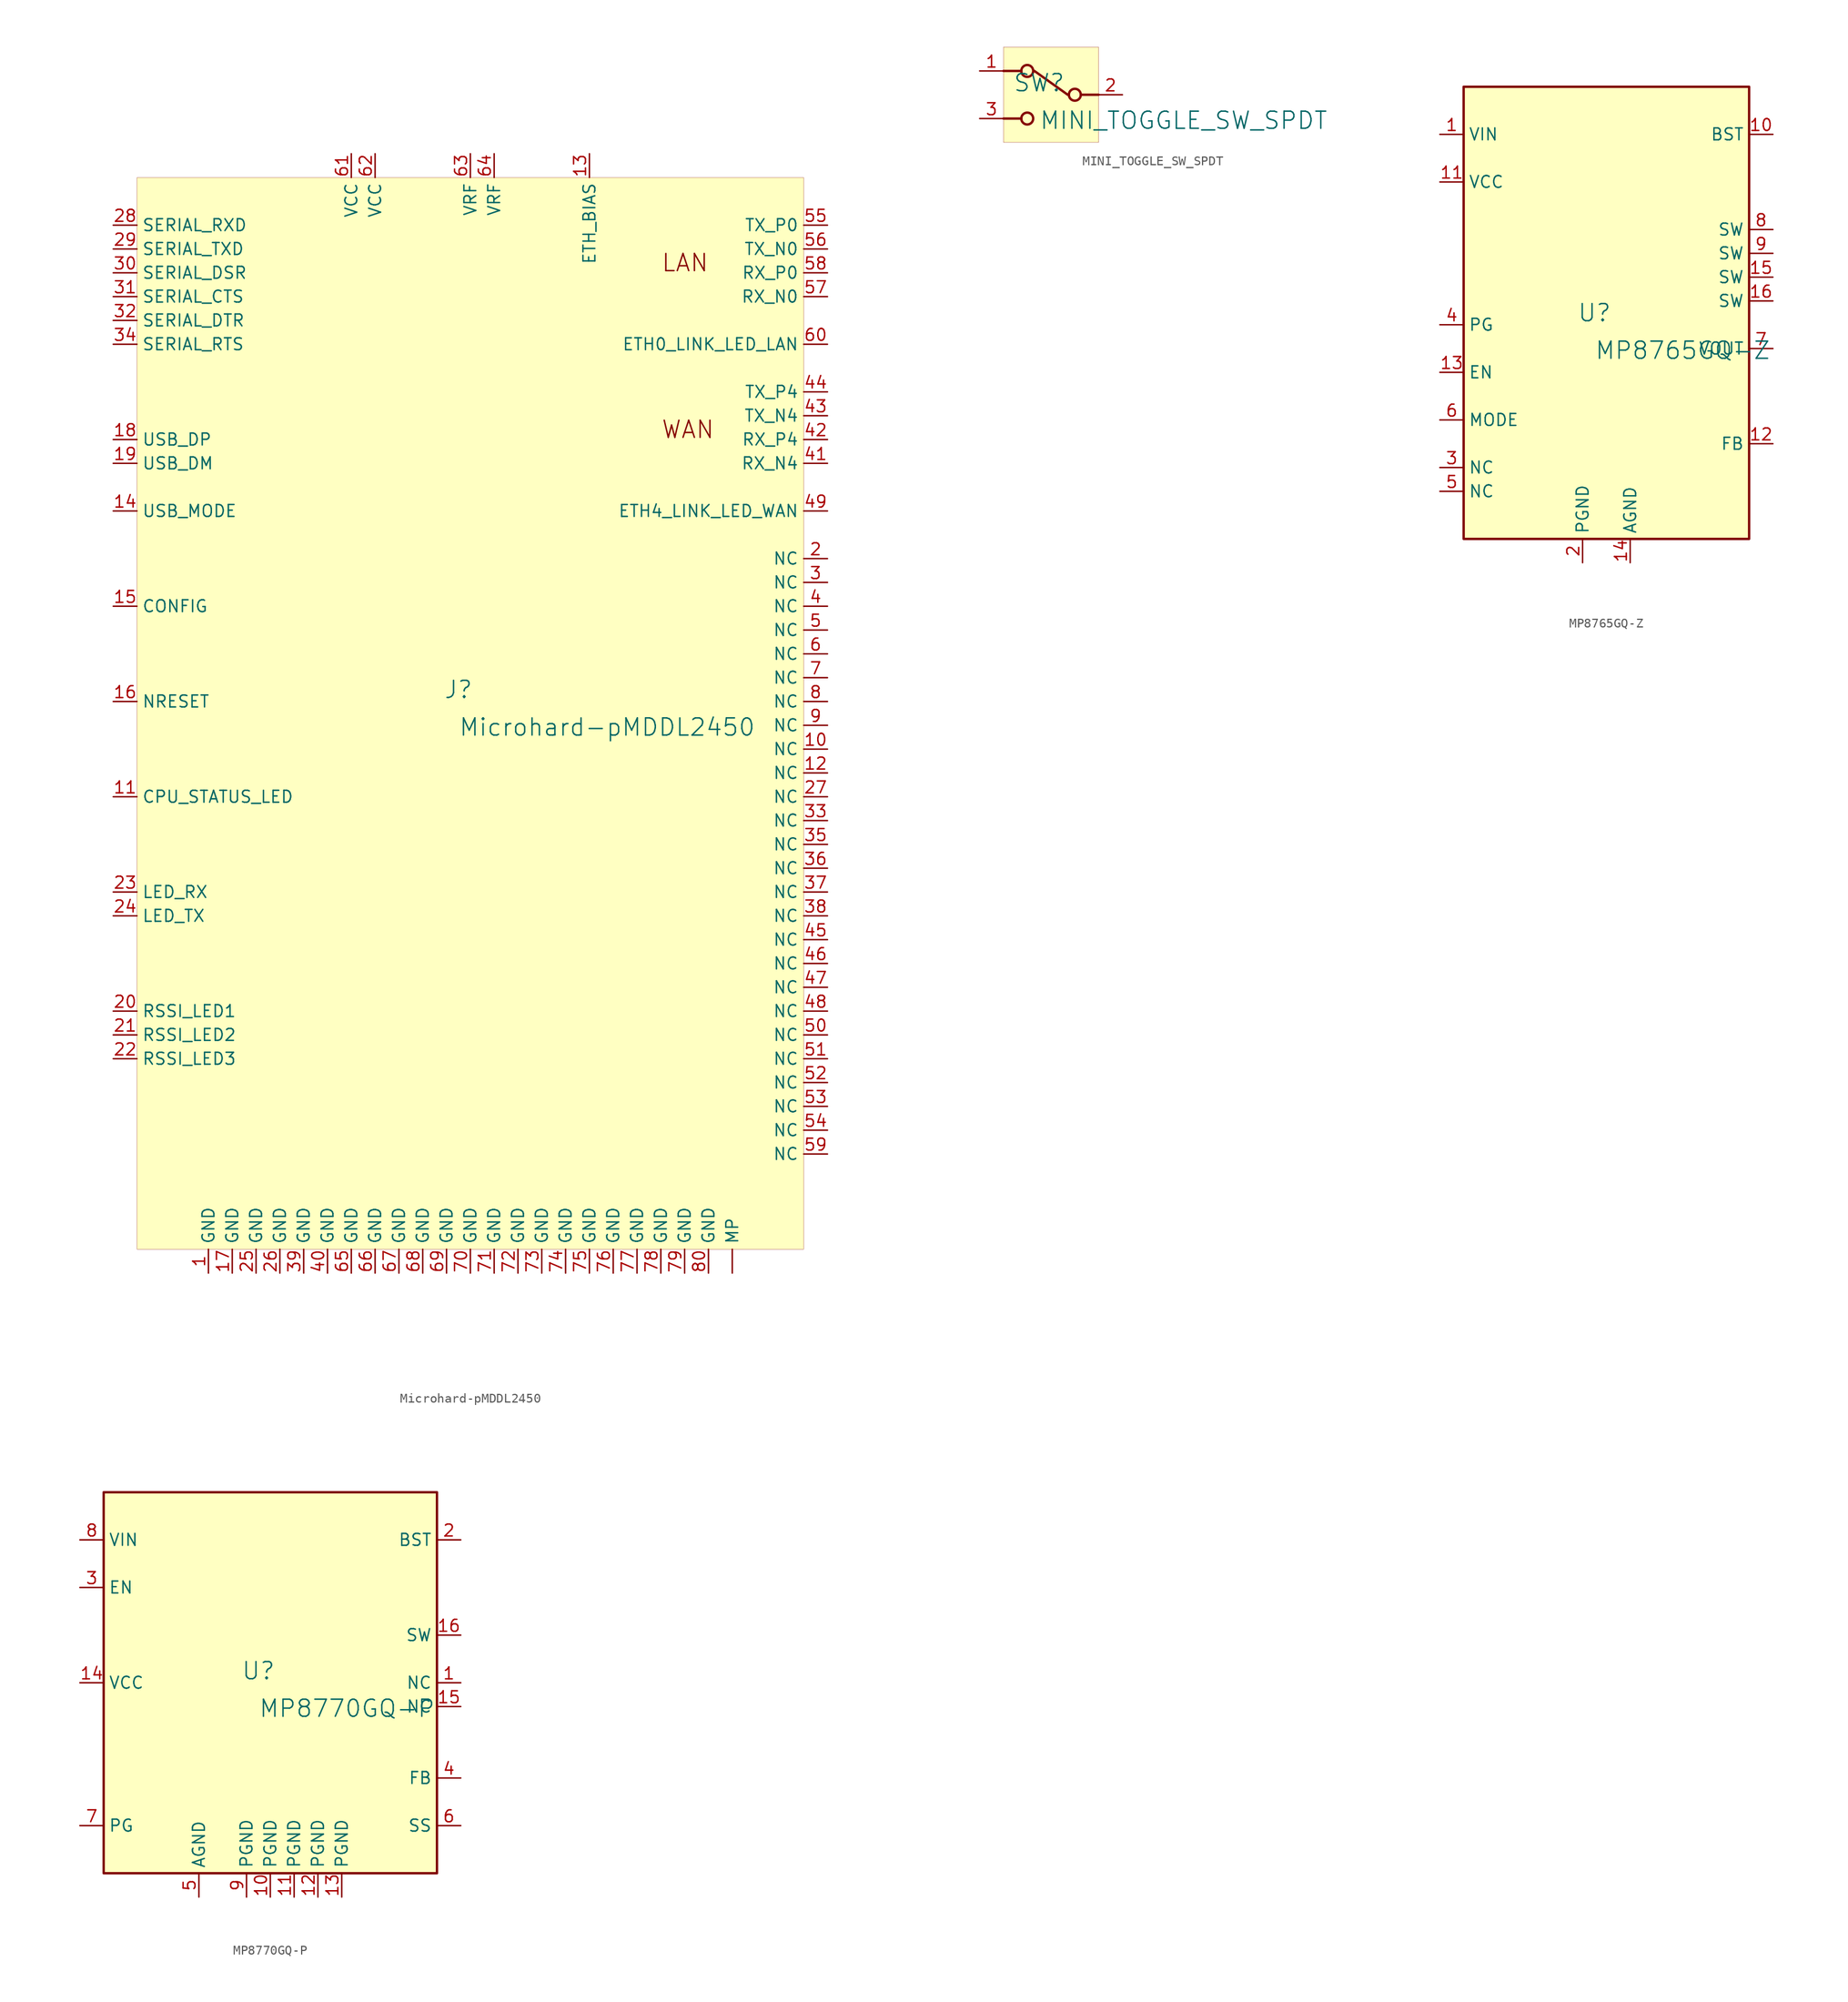
<source format=kicad_sym>
(kicad_symbol_lib
  (version 20231120)
  (generator "kicad_symbol_editor")
  (generator_version "8.0")
  (symbol "Microhard-pMDDL2450"
    (property "Reference" "J"
      (at -1.27 1.27 0)
      (effects (font (size 1.829 1.829))))
    (property "Value" "Microhard-pMDDL2450"
      (at -1.27 -3.81 0)
      (effects (font (size 1.829 1.829)) (justify left bottom)))
    (symbol "Microhard-pMDDL2450_1_0"
      (rectangle (start 35.56 55.88) (end -35.56 -58.42) (stroke (width 0.025) (type solid) (color 128 0 0 1)) (fill (type background)))
      (text "LAN" (at 20.32 45.72 0) (effects (font (size 1.829 1.829)) (justify left bottom)))
      (text "WAN" (at 20.32 27.94 0) (effects (font (size 1.829 1.829)) (justify left bottom)))
      (pin power_in line (at -27.94 -60.96 90) (length 2.54) (name "GND" (effects (font (size 1.27 1.27)))) (number "1" (effects (font (size 1.27 1.27)))))
      (pin passive line (at 38.1 -5.08 180) (length 2.54) (name "NC" (effects (font (size 1.27 1.27)))) (number "10" (effects (font (size 1.27 1.27)))))
      (pin output line (at -38.1 -10.16 0) (length 2.54) (name "CPU_STATUS_LED" (effects (font (size 1.27 1.27)))) (number "11" (effects (font (size 1.27 1.27)))))
      (pin passive line (at 38.1 -7.62 180) (length 2.54) (name "NC" (effects (font (size 1.27 1.27)))) (number "12" (effects (font (size 1.27 1.27)))))
      (pin power_in line (at 12.7 58.42 270) (length 2.54) (name "ETH_BIAS" (effects (font (size 1.27 1.27)))) (number "13" (effects (font (size 1.27 1.27)))))
      (pin input line (at -38.1 20.32 0) (length 2.54) (name "USB_MODE" (effects (font (size 1.27 1.27)))) (number "14" (effects (font (size 1.27 1.27)))))
      (pin input line (at -38.1 10.16 0) (length 2.54) (name "CONFIG" (effects (font (size 1.27 1.27)))) (number "15" (effects (font (size 1.27 1.27)))))
      (pin input line (at -38.1 0 0) (length 2.54) (name "NRESET" (effects (font (size 1.27 1.27)))) (number "16" (effects (font (size 1.27 1.27)))))
      (pin power_in line (at -25.4 -60.96 90) (length 2.54) (name "GND" (effects (font (size 1.27 1.27)))) (number "17" (effects (font (size 1.27 1.27)))))
      (pin bidirectional line (at -38.1 27.94 0) (length 2.54) (name "USB_DP" (effects (font (size 1.27 1.27)))) (number "18" (effects (font (size 1.27 1.27)))))
      (pin bidirectional line (at -38.1 25.4 0) (length 2.54) (name "USB_DM" (effects (font (size 1.27 1.27)))) (number "19" (effects (font (size 1.27 1.27)))))
      (pin passive line (at 38.1 15.24 180) (length 2.54) (name "NC" (effects (font (size 1.27 1.27)))) (number "2" (effects (font (size 1.27 1.27)))))
      (pin output line (at -38.1 -33.02 0) (length 2.54) (name "RSSI_LED1" (effects (font (size 1.27 1.27)))) (number "20" (effects (font (size 1.27 1.27)))))
      (pin output line (at -38.1 -35.56 0) (length 2.54) (name "RSSI_LED2" (effects (font (size 1.27 1.27)))) (number "21" (effects (font (size 1.27 1.27)))))
      (pin output line (at -38.1 -38.1 0) (length 2.54) (name "RSSI_LED3" (effects (font (size 1.27 1.27)))) (number "22" (effects (font (size 1.27 1.27)))))
      (pin output line (at -38.1 -20.32 0) (length 2.54) (name "LED_RX" (effects (font (size 1.27 1.27)))) (number "23" (effects (font (size 1.27 1.27)))))
      (pin output line (at -38.1 -22.86 0) (length 2.54) (name "LED_TX" (effects (font (size 1.27 1.27)))) (number "24" (effects (font (size 1.27 1.27)))))
      (pin power_in line (at -22.86 -60.96 90) (length 2.54) (name "GND" (effects (font (size 1.27 1.27)))) (number "25" (effects (font (size 1.27 1.27)))))
      (pin power_in line (at -20.32 -60.96 90) (length 2.54) (name "GND" (effects (font (size 1.27 1.27)))) (number "26" (effects (font (size 1.27 1.27)))))
      (pin passive line (at 38.1 -10.16 180) (length 2.54) (name "NC" (effects (font (size 1.27 1.27)))) (number "27" (effects (font (size 1.27 1.27)))))
      (pin input line (at -38.1 50.8 0) (length 2.54) (name "SERIAL_RXD" (effects (font (size 1.27 1.27)))) (number "28" (effects (font (size 1.27 1.27)))))
      (pin output line (at -38.1 48.26 0) (length 2.54) (name "SERIAL_TXD" (effects (font (size 1.27 1.27)))) (number "29" (effects (font (size 1.27 1.27)))))
      (pin passive line (at 38.1 12.7 180) (length 2.54) (name "NC" (effects (font (size 1.27 1.27)))) (number "3" (effects (font (size 1.27 1.27)))))
      (pin output line (at -38.1 45.72 0) (length 2.54) (name "SERIAL_DSR" (effects (font (size 1.27 1.27)))) (number "30" (effects (font (size 1.27 1.27)))))
      (pin output line (at -38.1 43.18 0) (length 2.54) (name "SERIAL_CTS" (effects (font (size 1.27 1.27)))) (number "31" (effects (font (size 1.27 1.27)))))
      (pin output line (at -38.1 40.64 0) (length 2.54) (name "SERIAL_DTR" (effects (font (size 1.27 1.27)))) (number "32" (effects (font (size 1.27 1.27)))))
      (pin passive line (at 38.1 -12.7 180) (length 2.54) (name "NC" (effects (font (size 1.27 1.27)))) (number "33" (effects (font (size 1.27 1.27)))))
      (pin input line (at -38.1 38.1 0) (length 2.54) (name "SERIAL_RTS" (effects (font (size 1.27 1.27)))) (number "34" (effects (font (size 1.27 1.27)))))
      (pin passive line (at 38.1 -15.24 180) (length 2.54) (name "NC" (effects (font (size 1.27 1.27)))) (number "35" (effects (font (size 1.27 1.27)))))
      (pin passive line (at 38.1 -17.78 180) (length 2.54) (name "NC" (effects (font (size 1.27 1.27)))) (number "36" (effects (font (size 1.27 1.27)))))
      (pin passive line (at 38.1 -20.32 180) (length 2.54) (name "NC" (effects (font (size 1.27 1.27)))) (number "37" (effects (font (size 1.27 1.27)))))
      (pin passive line (at 38.1 -22.86 180) (length 2.54) (name "NC" (effects (font (size 1.27 1.27)))) (number "38" (effects (font (size 1.27 1.27)))))
      (pin power_in line (at -17.78 -60.96 90) (length 2.54) (name "GND" (effects (font (size 1.27 1.27)))) (number "39" (effects (font (size 1.27 1.27)))))
      (pin passive line (at 38.1 10.16 180) (length 2.54) (name "NC" (effects (font (size 1.27 1.27)))) (number "4" (effects (font (size 1.27 1.27)))))
      (pin power_in line (at -15.24 -60.96 90) (length 2.54) (name "GND" (effects (font (size 1.27 1.27)))) (number "40" (effects (font (size 1.27 1.27)))))
      (pin bidirectional line (at 38.1 25.4 180) (length 2.54) (name "RX_N4" (effects (font (size 1.27 1.27)))) (number "41" (effects (font (size 1.27 1.27)))))
      (pin bidirectional line (at 38.1 27.94 180) (length 2.54) (name "RX_P4" (effects (font (size 1.27 1.27)))) (number "42" (effects (font (size 1.27 1.27)))))
      (pin bidirectional line (at 38.1 30.48 180) (length 2.54) (name "TX_N4" (effects (font (size 1.27 1.27)))) (number "43" (effects (font (size 1.27 1.27)))))
      (pin bidirectional line (at 38.1 33.02 180) (length 2.54) (name "TX_P4" (effects (font (size 1.27 1.27)))) (number "44" (effects (font (size 1.27 1.27)))))
      (pin passive line (at 38.1 -25.4 180) (length 2.54) (name "NC" (effects (font (size 1.27 1.27)))) (number "45" (effects (font (size 1.27 1.27)))))
      (pin passive line (at 38.1 -27.94 180) (length 2.54) (name "NC" (effects (font (size 1.27 1.27)))) (number "46" (effects (font (size 1.27 1.27)))))
      (pin passive line (at 38.1 -30.48 180) (length 2.54) (name "NC" (effects (font (size 1.27 1.27)))) (number "47" (effects (font (size 1.27 1.27)))))
      (pin passive line (at 38.1 -33.02 180) (length 2.54) (name "NC" (effects (font (size 1.27 1.27)))) (number "48" (effects (font (size 1.27 1.27)))))
      (pin output line (at 38.1 20.32 180) (length 2.54) (name "ETH4_LINK_LED_WAN" (effects (font (size 1.27 1.27)))) (number "49" (effects (font (size 1.27 1.27)))))
      (pin passive line (at 38.1 7.62 180) (length 2.54) (name "NC" (effects (font (size 1.27 1.27)))) (number "5" (effects (font (size 1.27 1.27)))))
      (pin passive line (at 38.1 -35.56 180) (length 2.54) (name "NC" (effects (font (size 1.27 1.27)))) (number "50" (effects (font (size 1.27 1.27)))))
      (pin passive line (at 38.1 -38.1 180) (length 2.54) (name "NC" (effects (font (size 1.27 1.27)))) (number "51" (effects (font (size 1.27 1.27)))))
      (pin passive line (at 38.1 -40.64 180) (length 2.54) (name "NC" (effects (font (size 1.27 1.27)))) (number "52" (effects (font (size 1.27 1.27)))))
      (pin passive line (at 38.1 -43.18 180) (length 2.54) (name "NC" (effects (font (size 1.27 1.27)))) (number "53" (effects (font (size 1.27 1.27)))))
      (pin passive line (at 38.1 -45.72 180) (length 2.54) (name "NC" (effects (font (size 1.27 1.27)))) (number "54" (effects (font (size 1.27 1.27)))))
      (pin bidirectional line (at 38.1 50.8 180) (length 2.54) (name "TX_P0" (effects (font (size 1.27 1.27)))) (number "55" (effects (font (size 1.27 1.27)))))
      (pin bidirectional line (at 38.1 48.26 180) (length 2.54) (name "TX_N0" (effects (font (size 1.27 1.27)))) (number "56" (effects (font (size 1.27 1.27)))))
      (pin bidirectional line (at 38.1 43.18 180) (length 2.54) (name "RX_N0" (effects (font (size 1.27 1.27)))) (number "57" (effects (font (size 1.27 1.27)))))
      (pin bidirectional line (at 38.1 45.72 180) (length 2.54) (name "RX_P0" (effects (font (size 1.27 1.27)))) (number "58" (effects (font (size 1.27 1.27)))))
      (pin passive line (at 38.1 -48.26 180) (length 2.54) (name "NC" (effects (font (size 1.27 1.27)))) (number "59" (effects (font (size 1.27 1.27)))))
      (pin passive line (at 38.1 5.08 180) (length 2.54) (name "NC" (effects (font (size 1.27 1.27)))) (number "6" (effects (font (size 1.27 1.27)))))
      (pin output line (at 38.1 38.1 180) (length 2.54) (name "ETH0_LINK_LED_LAN" (effects (font (size 1.27 1.27)))) (number "60" (effects (font (size 1.27 1.27)))))
      (pin power_in line (at -12.7 58.42 270) (length 2.54) (name "VCC" (effects (font (size 1.27 1.27)))) (number "61" (effects (font (size 1.27 1.27)))))
      (pin power_in line (at -10.16 58.42 270) (length 2.54) (name "VCC" (effects (font (size 1.27 1.27)))) (number "62" (effects (font (size 1.27 1.27)))))
      (pin power_in line (at 0 58.42 270) (length 2.54) (name "VRF" (effects (font (size 1.27 1.27)))) (number "63" (effects (font (size 1.27 1.27)))))
      (pin power_in line (at 2.54 58.42 270) (length 2.54) (name "VRF" (effects (font (size 1.27 1.27)))) (number "64" (effects (font (size 1.27 1.27)))))
      (pin power_in line (at -12.7 -60.96 90) (length 2.54) (name "GND" (effects (font (size 1.27 1.27)))) (number "65" (effects (font (size 1.27 1.27)))))
      (pin power_in line (at -10.16 -60.96 90) (length 2.54) (name "GND" (effects (font (size 1.27 1.27)))) (number "66" (effects (font (size 1.27 1.27)))))
      (pin power_in line (at -7.62 -60.96 90) (length 2.54) (name "GND" (effects (font (size 1.27 1.27)))) (number "67" (effects (font (size 1.27 1.27)))))
      (pin power_in line (at -5.08 -60.96 90) (length 2.54) (name "GND" (effects (font (size 1.27 1.27)))) (number "68" (effects (font (size 1.27 1.27)))))
      (pin power_in line (at -2.54 -60.96 90) (length 2.54) (name "GND" (effects (font (size 1.27 1.27)))) (number "69" (effects (font (size 1.27 1.27)))))
      (pin passive line (at 38.1 2.54 180) (length 2.54) (name "NC" (effects (font (size 1.27 1.27)))) (number "7" (effects (font (size 1.27 1.27)))))
      (pin power_in line (at 0 -60.96 90) (length 2.54) (name "GND" (effects (font (size 1.27 1.27)))) (number "70" (effects (font (size 1.27 1.27)))))
      (pin power_in line (at 2.54 -60.96 90) (length 2.54) (name "GND" (effects (font (size 1.27 1.27)))) (number "71" (effects (font (size 1.27 1.27)))))
      (pin power_in line (at 5.08 -60.96 90) (length 2.54) (name "GND" (effects (font (size 1.27 1.27)))) (number "72" (effects (font (size 1.27 1.27)))))
      (pin power_in line (at 7.62 -60.96 90) (length 2.54) (name "GND" (effects (font (size 1.27 1.27)))) (number "73" (effects (font (size 1.27 1.27)))))
      (pin power_in line (at 10.16 -60.96 90) (length 2.54) (name "GND" (effects (font (size 1.27 1.27)))) (number "74" (effects (font (size 1.27 1.27)))))
      (pin power_in line (at 12.7 -60.96 90) (length 2.54) (name "GND" (effects (font (size 1.27 1.27)))) (number "75" (effects (font (size 1.27 1.27)))))
      (pin power_in line (at 15.24 -60.96 90) (length 2.54) (name "GND" (effects (font (size 1.27 1.27)))) (number "76" (effects (font (size 1.27 1.27)))))
      (pin power_in line (at 17.78 -60.96 90) (length 2.54) (name "GND" (effects (font (size 1.27 1.27)))) (number "77" (effects (font (size 1.27 1.27)))))
      (pin power_in line (at 20.32 -60.96 90) (length 2.54) (name "GND" (effects (font (size 1.27 1.27)))) (number "78" (effects (font (size 1.27 1.27)))))
      (pin power_in line (at 22.86 -60.96 90) (length 2.54) (name "GND" (effects (font (size 1.27 1.27)))) (number "79" (effects (font (size 1.27 1.27)))))
      (pin passive line (at 38.1 0 180) (length 2.54) (name "NC" (effects (font (size 1.27 1.27)))) (number "8" (effects (font (size 1.27 1.27)))))
      (pin power_in line (at 25.4 -60.96 90) (length 2.54) (name "GND" (effects (font (size 1.27 1.27)))) (number "80" (effects (font (size 1.27 1.27)))))
      (pin passive line (at 38.1 -2.54 180) (length 2.54) (name "NC" (effects (font (size 1.27 1.27)))) (number "9" (effects (font (size 1.27 1.27)))))
      (pin power_in line (at 27.94 -60.96 90) (length 2.54) (name "MP" (effects (font (size 1.27 1.27)))) (number "MP" (effects (font (size 0 0)))))))
  (symbol "MINI_TOGGLE_SW_SPDT"
    (property "Reference" "SW"
      (at -1.27 1.27 0)
      (effects (font (size 1.829 1.829))))
    (property "Value" "MINI_TOGGLE_SW_SPDT"
      (at -1.27 -3.81 0)
      (effects (font (size 1.829 1.829)) (justify left bottom)))
    (symbol "MINI_TOGGLE_SW_SPDT_1_0"
      (circle (center -2.54 -2.54) (radius 0.635) (stroke (width 0.254) (type solid)) (fill (type none)))
      (circle (center -2.54 2.54) (radius 0.635) (stroke (width 0.254) (type solid)) (fill (type none)))
      (polyline (pts (xy -5.08 -2.54) (xy -3.175 -2.54)) (stroke (width 0.254) (type solid)) (fill (type none)))
      (polyline (pts (xy -5.08 2.54) (xy -3.175 2.54)) (stroke (width 0.254) (type solid)) (fill (type none)))
      (polyline (pts (xy -1.778 2.54) (xy 1.778 0)) (stroke (width 0.254) (type solid)) (fill (type none)))
      (polyline (pts (xy 5.08 0) (xy 3.175 0)) (stroke (width 0.254) (type solid)) (fill (type none)))
      (circle (center 2.54 0) (radius 0.635) (stroke (width 0.254) (type solid)) (fill (type none)))
      (rectangle (start 5.08 5.08) (end -5.08 -5.08) (stroke (width 0.025) (type solid) (color 128 0 0 1)) (fill (type background)))
      (pin passive line (at -7.62 2.54 0) (length 2.54) (name "1" (effects (font (size 0 0)))) (number "1" (effects (font (size 1.27 1.27)))))
      (pin passive line (at 7.62 0 180) (length 2.54) (name "COM" (effects (font (size 0 0)))) (number "2" (effects (font (size 1.27 1.27)))))
      (pin passive line (at -7.62 -2.54 0) (length 2.54) (name "3" (effects (font (size 0 0)))) (number "3" (effects (font (size 1.27 1.27)))))))
  (symbol "MP8765GQ-Z"
    (property "Reference" "U"
      (at -1.27 1.27 0)
      (effects (font (size 1.829 1.829))))
    (property "Value" "MP8765GQ-Z"
      (at -1.27 -3.81 0)
      (effects (font (size 1.829 1.829)) (justify left bottom)))
    (symbol "MP8765GQ-Z_1_0"
      (rectangle (start 15.24 25.4) (end -15.24 -22.86) (stroke (width 0.254) (type solid) (color 128 0 0 1)) (fill (type background)))
      (pin passive line (at -17.78 20.32 0) (length 2.54) (name "VIN" (effects (font (size 1.27 1.27)))) (number "1" (effects (font (size 1.27 1.27)))))
      (pin passive line (at 17.78 20.32 180) (length 2.54) (name "BST" (effects (font (size 1.27 1.27)))) (number "10" (effects (font (size 1.27 1.27)))))
      (pin passive line (at -17.78 15.24 0) (length 2.54) (name "VCC" (effects (font (size 1.27 1.27)))) (number "11" (effects (font (size 1.27 1.27)))))
      (pin passive line (at 17.78 -12.7 180) (length 2.54) (name "FB" (effects (font (size 1.27 1.27)))) (number "12" (effects (font (size 1.27 1.27)))))
      (pin passive line (at -17.78 -5.08 0) (length 2.54) (name "EN" (effects (font (size 1.27 1.27)))) (number "13" (effects (font (size 1.27 1.27)))))
      (pin passive line (at 2.54 -25.4 90) (length 2.54) (name "AGND" (effects (font (size 1.27 1.27)))) (number "14" (effects (font (size 1.27 1.27)))))
      (pin passive line (at 17.78 5.08 180) (length 2.54) (name "SW" (effects (font (size 1.27 1.27)))) (number "15" (effects (font (size 1.27 1.27)))))
      (pin passive line (at 17.78 2.54 180) (length 2.54) (name "SW" (effects (font (size 1.27 1.27)))) (number "16" (effects (font (size 1.27 1.27)))))
      (pin passive line (at -2.54 -25.4 90) (length 2.54) (name "PGND" (effects (font (size 1.27 1.27)))) (number "2" (effects (font (size 1.27 1.27)))))
      (pin passive line (at -17.78 -15.24 0) (length 2.54) (name "NC" (effects (font (size 1.27 1.27)))) (number "3" (effects (font (size 1.27 1.27)))))
      (pin passive line (at -17.78 0 0) (length 2.54) (name "PG" (effects (font (size 1.27 1.27)))) (number "4" (effects (font (size 1.27 1.27)))))
      (pin passive line (at -17.78 -17.78 0) (length 2.54) (name "NC" (effects (font (size 1.27 1.27)))) (number "5" (effects (font (size 1.27 1.27)))))
      (pin passive line (at -17.78 -10.16 0) (length 2.54) (name "MODE" (effects (font (size 1.27 1.27)))) (number "6" (effects (font (size 1.27 1.27)))))
      (pin passive line (at 17.78 -2.54 180) (length 2.54) (name "VOUT" (effects (font (size 1.27 1.27)))) (number "7" (effects (font (size 1.27 1.27)))))
      (pin passive line (at 17.78 10.16 180) (length 2.54) (name "SW" (effects (font (size 1.27 1.27)))) (number "8" (effects (font (size 1.27 1.27)))))
      (pin passive line (at 17.78 7.62 180) (length 2.54) (name "SW" (effects (font (size 1.27 1.27)))) (number "9" (effects (font (size 1.27 1.27)))))))
  (symbol "MP8770GQ-P"
    (property "Reference" "U"
      (at -1.27 1.27 0)
      (effects (font (size 1.829 1.829))))
    (property "Value" "MP8770GQ-P"
      (at -1.27 -3.81 0)
      (effects (font (size 1.829 1.829)) (justify left bottom)))
    (symbol "MP8770GQ-P_1_0"
      (rectangle (start 17.78 20.32) (end -17.78 -20.32) (stroke (width 0.254) (type solid) (color 128 0 0 1)) (fill (type background)))
      (pin passive line (at 20.32 0 180) (length 2.54) (name "NC" (effects (font (size 1.27 1.27)))) (number "1" (effects (font (size 1.27 1.27)))))
      (pin passive line (at 0 -22.86 90) (length 2.54) (name "PGND" (effects (font (size 1.27 1.27)))) (number "10" (effects (font (size 1.27 1.27)))))
      (pin passive line (at 2.54 -22.86 90) (length 2.54) (name "PGND" (effects (font (size 1.27 1.27)))) (number "11" (effects (font (size 1.27 1.27)))))
      (pin passive line (at 5.08 -22.86 90) (length 2.54) (name "PGND" (effects (font (size 1.27 1.27)))) (number "12" (effects (font (size 1.27 1.27)))))
      (pin passive line (at 7.62 -22.86 90) (length 2.54) (name "PGND" (effects (font (size 1.27 1.27)))) (number "13" (effects (font (size 1.27 1.27)))))
      (pin passive line (at -20.32 0 0) (length 2.54) (name "VCC" (effects (font (size 1.27 1.27)))) (number "14" (effects (font (size 1.27 1.27)))))
      (pin passive line (at 20.32 -2.54 180) (length 2.54) (name "NC" (effects (font (size 1.27 1.27)))) (number "15" (effects (font (size 1.27 1.27)))))
      (pin passive line (at 20.32 5.08 180) (length 2.54) (name "SW" (effects (font (size 1.27 1.27)))) (number "16" (effects (font (size 1.27 1.27)))))
      (pin passive line (at 20.32 15.24 180) (length 2.54) (name "BST" (effects (font (size 1.27 1.27)))) (number "2" (effects (font (size 1.27 1.27)))))
      (pin passive line (at -20.32 10.16 0) (length 2.54) (name "EN" (effects (font (size 1.27 1.27)))) (number "3" (effects (font (size 1.27 1.27)))))
      (pin passive line (at 20.32 -10.16 180) (length 2.54) (name "FB" (effects (font (size 1.27 1.27)))) (number "4" (effects (font (size 1.27 1.27)))))
      (pin passive line (at -7.62 -22.86 90) (length 2.54) (name "AGND" (effects (font (size 1.27 1.27)))) (number "5" (effects (font (size 1.27 1.27)))))
      (pin passive line (at 20.32 -15.24 180) (length 2.54) (name "SS" (effects (font (size 1.27 1.27)))) (number "6" (effects (font (size 1.27 1.27)))))
      (pin passive line (at -20.32 -15.24 0) (length 2.54) (name "PG" (effects (font (size 1.27 1.27)))) (number "7" (effects (font (size 1.27 1.27)))))
      (pin passive line (at -20.32 15.24 0) (length 2.54) (name "VIN" (effects (font (size 1.27 1.27)))) (number "8" (effects (font (size 1.27 1.27)))))
      (pin passive line (at -2.54 -22.86 90) (length 2.54) (name "PGND" (effects (font (size 1.27 1.27)))) (number "9" (effects (font (size 1.27 1.27))))))))
</source>
